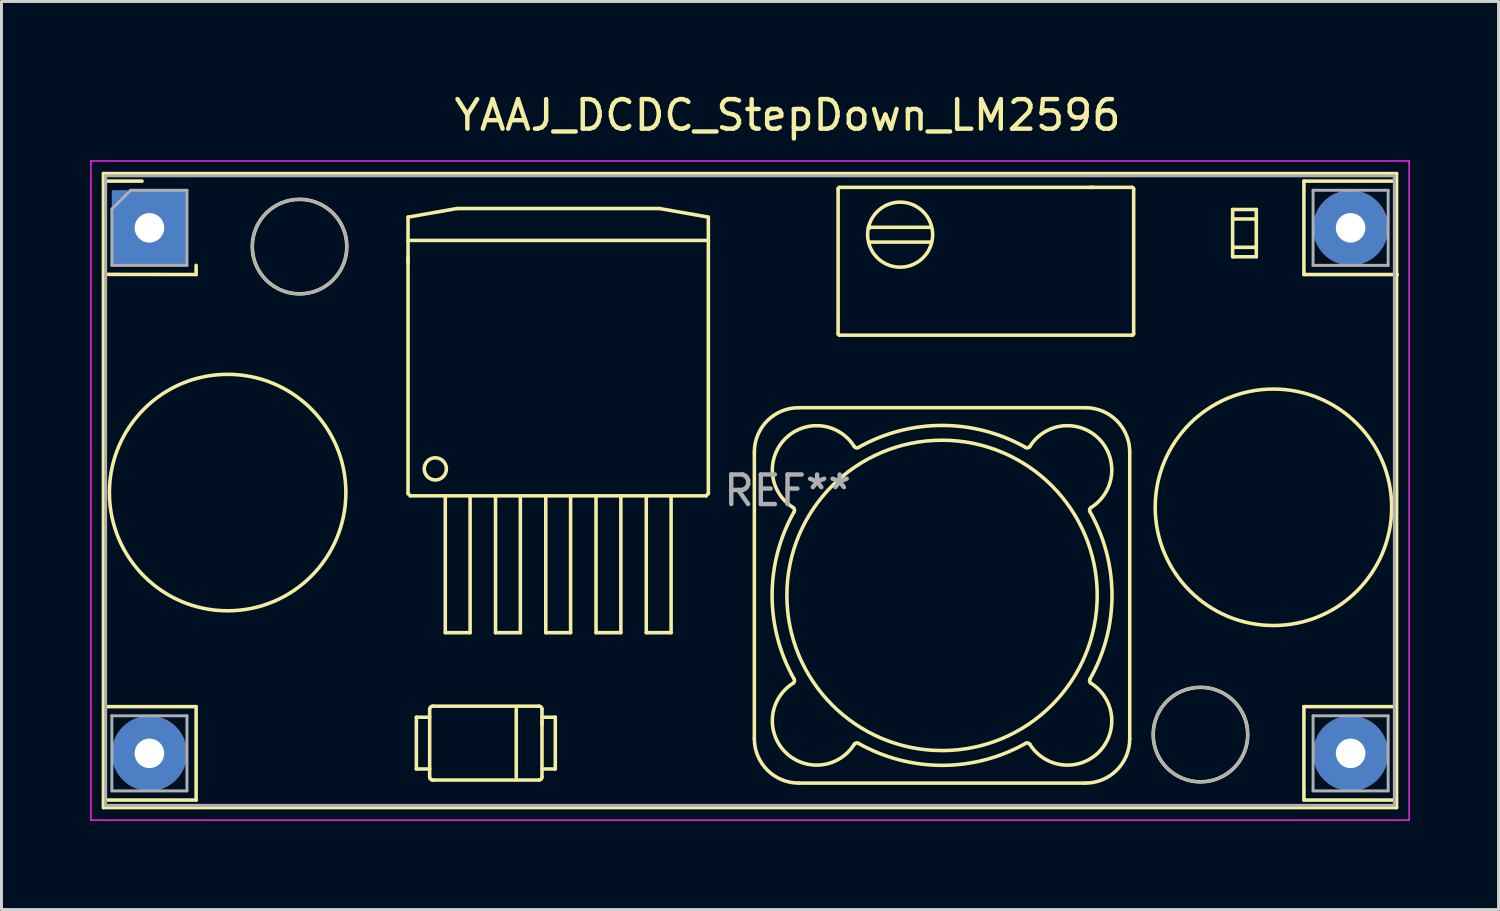
<source format=kicad_pcb>
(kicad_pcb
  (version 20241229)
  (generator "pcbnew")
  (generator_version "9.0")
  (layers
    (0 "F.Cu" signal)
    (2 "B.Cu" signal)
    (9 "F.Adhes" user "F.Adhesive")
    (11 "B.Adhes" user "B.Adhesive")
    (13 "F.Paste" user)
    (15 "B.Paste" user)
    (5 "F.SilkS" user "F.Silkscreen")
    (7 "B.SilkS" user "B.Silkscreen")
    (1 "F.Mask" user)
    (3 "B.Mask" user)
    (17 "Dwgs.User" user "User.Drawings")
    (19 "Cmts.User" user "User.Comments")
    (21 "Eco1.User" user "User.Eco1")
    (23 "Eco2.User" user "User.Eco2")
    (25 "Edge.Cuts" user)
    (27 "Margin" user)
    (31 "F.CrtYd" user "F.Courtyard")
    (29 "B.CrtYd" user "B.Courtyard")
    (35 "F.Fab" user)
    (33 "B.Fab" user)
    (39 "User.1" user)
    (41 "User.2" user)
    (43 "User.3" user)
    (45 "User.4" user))
  (footprint "YAAJ_DCDC_StepDown_LM2596"
    (layer "F.Cu")
    (at 2.005 4.658)
    (property "Reference" "YAAJ_DCDC_StepDown_LM2596" (at 21.59 -3.81 0) (layer "F.SilkS") (effects (font (size 1 1) (thickness 0.15))))
    (attr through_hole)
    (fp_line (start -1.555 -1.835) (end -1.555 19.615) (stroke (width 0.12) (type solid)) (layer "F.SilkS"))
    (fp_line (start -1.555 19.615) (end 42.195 19.615) (stroke (width 0.12) (type solid)) (layer "F.SilkS"))
    (fp_line (start -1.55 -1.58) (end -0.25 -1.58) (stroke (width 0.12) (type solid)) (layer "F.SilkS"))
    (fp_line (start -1.55 1.575) (end 1.58 1.58) (stroke (width 0.12) (type solid)) (layer "F.SilkS"))
    (fp_line (start -1.55 16.2) (end 1.58 16.2) (stroke (width 0.12) (type solid)) (layer "F.SilkS"))
    (fp_line (start -1.55 19.36) (end 1.58 19.36) (stroke (width 0.12) (type solid)) (layer "F.SilkS"))
    (fp_line (start 1.58 1.27) (end 1.58 1.58) (stroke (width 0.12) (type solid)) (layer "F.SilkS"))
    (fp_line (start 1.58 16.2) (end 1.58 19.36) (stroke (width 0.12) (type solid)) (layer "F.SilkS"))
    (fp_line (start 8.749 1.004) (end 8.749 1.166) (stroke (width 0.12) (type solid)) (layer "F.SilkS"))
    (fp_line (start 8.75 -0.362) (end 10.4 -0.653) (stroke (width 0.12) (type solid)) (layer "F.SilkS"))
    (fp_line (start 8.75 8.989) (end 8.75 -0.362) (stroke (width 0.12) (type solid)) (layer "F.SilkS"))
    (fp_line (start 8.75 8.989) (end 8.828 9.067) (stroke (width 0.12) (type solid)) (layer "F.SilkS"))
    (fp_line (start 8.828 9.067) (end 18.833 9.067) (stroke (width 0.12) (type solid)) (layer "F.SilkS"))
    (fp_line (start 9.032 16.558) (end 9.482 16.558) (stroke (width 0.12) (type solid)) (layer "F.SilkS"))
    (fp_line (start 9.032 18.308) (end 9.032 16.558) (stroke (width 0.12) (type solid)) (layer "F.SilkS"))
    (fp_line (start 9.482 18.308) (end 9.032 18.308) (stroke (width 0.12) (type solid)) (layer "F.SilkS"))
    (fp_line (start 9.482 18.583) (end 9.482 16.283) (stroke (width 0.12) (type solid)) (layer "F.SilkS"))
    (fp_line (start 9.582 16.183) (end 13.182 16.183) (stroke (width 0.12) (type solid)) (layer "F.SilkS"))
    (fp_line (start 10.01 13.697) (end 10.01 9.067) (stroke (width 0.12) (type solid)) (layer "F.SilkS"))
    (fp_line (start 10.01 13.697) (end 10.85 13.697) (stroke (width 0.12) (type solid)) (layer "F.SilkS"))
    (fp_line (start 10.4 -0.653) (end 17.26 -0.653) (stroke (width 0.12) (type solid)) (layer "F.SilkS"))
    (fp_line (start 10.85 13.697) (end 10.85 9.067) (stroke (width 0.12) (type solid)) (layer "F.SilkS"))
    (fp_line (start 11.71 13.697) (end 11.71 9.067) (stroke (width 0.12) (type solid)) (layer "F.SilkS"))
    (fp_line (start 11.71 13.697) (end 12.55 13.697) (stroke (width 0.12) (type solid)) (layer "F.SilkS"))
    (fp_line (start 12.411 16.283) (end 12.411 18.583) (stroke (width 0.12) (type solid)) (layer "F.SilkS"))
    (fp_line (start 12.55 13.697) (end 12.55 9.067) (stroke (width 0.12) (type solid)) (layer "F.SilkS"))
    (fp_line (start 13.182 18.683) (end 9.582 18.683) (stroke (width 0.12) (type solid)) (layer "F.SilkS"))
    (fp_line (start 13.282 16.283) (end 13.282 18.583) (stroke (width 0.12) (type solid)) (layer "F.SilkS"))
    (fp_line (start 13.282 16.558) (end 13.732 16.558) (stroke (width 0.12) (type solid)) (layer "F.SilkS"))
    (fp_line (start 13.283 16.795) (end 13.283 16.7) (stroke (width 0.12) (type solid)) (layer "F.SilkS"))
    (fp_line (start 13.41 13.697) (end 13.41 9.067) (stroke (width 0.12) (type solid)) (layer "F.SilkS"))
    (fp_line (start 13.41 13.697) (end 14.25 13.697) (stroke (width 0.12) (type solid)) (layer "F.SilkS"))
    (fp_line (start 13.732 16.558) (end 13.732 18.308) (stroke (width 0.12) (type solid)) (layer "F.SilkS"))
    (fp_line (start 13.732 18.308) (end 13.282 18.308) (stroke (width 0.12) (type solid)) (layer "F.SilkS"))
    (fp_line (start 14.25 13.697) (end 14.25 9.067) (stroke (width 0.12) (type solid)) (layer "F.SilkS"))
    (fp_line (start 15.11 13.697) (end 15.11 9.067) (stroke (width 0.12) (type solid)) (layer "F.SilkS"))
    (fp_line (start 15.11 13.697) (end 15.95 13.697) (stroke (width 0.12) (type solid)) (layer "F.SilkS"))
    (fp_line (start 15.95 13.697) (end 15.95 9.067) (stroke (width 0.12) (type solid)) (layer "F.SilkS"))
    (fp_line (start 16.81 13.697) (end 16.81 9.067) (stroke (width 0.12) (type solid)) (layer "F.SilkS"))
    (fp_line (start 16.81 13.697) (end 17.65 13.697) (stroke (width 0.12) (type solid)) (layer "F.SilkS"))
    (fp_line (start 17.26 -0.653) (end 18.91 -0.362) (stroke (width 0.12) (type solid)) (layer "F.SilkS"))
    (fp_line (start 17.65 13.697) (end 17.65 9.067) (stroke (width 0.12) (type solid)) (layer "F.SilkS"))
    (fp_line (start 18.833 9.067) (end 18.91 8.989) (stroke (width 0.12) (type solid)) (layer "F.SilkS"))
    (fp_line (start 18.91 0.427) (end 8.75 0.427) (stroke (width 0.12) (type solid)) (layer "F.SilkS"))
    (fp_line (start 18.91 8.989) (end 18.91 -0.362) (stroke (width 0.12) (type solid)) (layer "F.SilkS"))
    (fp_line (start 20.467 7.586) (end 20.467 17.286) (stroke (width 0.12) (type solid)) (layer "F.SilkS"))
    (fp_line (start 21.967 18.786) (end 31.667 18.786) (stroke (width 0.12) (type solid)) (layer "F.SilkS"))
    (fp_line (start 23.3 3.582) (end 23.3 -1.318) (stroke (width 0.12) (type solid)) (layer "F.SilkS"))
    (fp_line (start 23.35 -1.368) (end 33.25 -1.368) (stroke (width 0.12) (type solid)) (layer "F.SilkS"))
    (fp_line (start 24.336 -0.049) (end 24.361 -0.018) (stroke (width 0.12) (type solid)) (layer "F.SilkS"))
    (fp_line (start 24.349 0.007) (end 24.324 0.002) (stroke (width 0.12) (type solid)) (layer "F.SilkS"))
    (fp_line (start 24.349 0.007) (end 24.356 -0.024) (stroke (width 0.12) (type solid)) (layer "F.SilkS"))
    (fp_line (start 24.349 0.007) (end 24.361 -0.018) (stroke (width 0.12) (type solid)) (layer "F.SilkS"))
    (fp_line (start 24.361 0.482) (end 26.439 0.482) (stroke (width 0.12) (type solid)) (layer "F.SilkS"))
    (fp_line (start 26.439 -0.018) (end 24.361 -0.018) (stroke (width 0.12) (type solid)) (layer "F.SilkS"))
    (fp_line (start 31.667 6.086) (end 21.967 6.086) (stroke (width 0.12) (type solid)) (layer "F.SilkS"))
    (fp_line (start 31.859 -1.369) (end 31.814 -1.369) (stroke (width 0.12) (type solid)) (layer "F.SilkS"))
    (fp_line (start 31.942 -1.369) (end 31.908 -1.369) (stroke (width 0.12) (type solid)) (layer "F.SilkS"))
    (fp_line (start 33.167 17.286) (end 33.167 7.586) (stroke (width 0.12) (type solid)) (layer "F.SilkS"))
    (fp_line (start 33.25 3.632) (end 23.35 3.632) (stroke (width 0.12) (type solid)) (layer "F.SilkS"))
    (fp_line (start 33.3 -1.318) (end 33.3 3.582) (stroke (width 0.12) (type solid)) (layer "F.SilkS"))
    (fp_line (start 36.649 -0.3) (end 37.449 -0.3) (stroke (width 0.12) (type solid)) (layer "F.SilkS"))
    (fp_line (start 36.649 0.98) (end 36.649 -0.62) (stroke (width 0.12) (type solid)) (layer "F.SilkS"))
    (fp_line (start 37.449 -0.62) (end 36.649 -0.62) (stroke (width 0.12) (type solid)) (layer "F.SilkS"))
    (fp_line (start 37.449 -0.62) (end 37.449 0.98) (stroke (width 0.12) (type solid)) (layer "F.SilkS"))
    (fp_line (start 37.449 0.66) (end 36.649 0.66) (stroke (width 0.12) (type solid)) (layer "F.SilkS"))
    (fp_line (start 37.449 0.98) (end 36.649 0.98) (stroke (width 0.12) (type solid)) (layer "F.SilkS"))
    (fp_line (start 39.06 -1.58) (end 42.175 -1.58) (stroke (width 0.12) (type solid)) (layer "F.SilkS"))
    (fp_line (start 39.06 1.58) (end 39.06 -1.58) (stroke (width 0.12) (type solid)) (layer "F.SilkS"))
    (fp_line (start 39.06 1.58) (end 42.22 1.58) (stroke (width 0.12) (type solid)) (layer "F.SilkS"))
    (fp_line (start 39.06 16.2) (end 42.175 16.2) (stroke (width 0.12) (type solid)) (layer "F.SilkS"))
    (fp_line (start 39.06 19.36) (end 39.06 16.2) (stroke (width 0.12) (type solid)) (layer "F.SilkS"))
    (fp_line (start 39.06 19.36) (end 42.175 19.36) (stroke (width 0.12) (type solid)) (layer "F.SilkS"))
    (fp_line (start 42.195 -1.835) (end -1.555 -1.835) (stroke (width 0.12) (type solid)) (layer "F.SilkS"))
    (fp_line (start 42.195 19.615) (end 42.195 -1.835) (stroke (width 0.12) (type solid)) (layer "F.SilkS"))
    (fp_arc (start 9.481636 16.283217) (mid 9.510925 16.212506) (end 9.581636 16.183217) (stroke (width 0.12) (type solid)) (layer "F.SilkS"))
    (fp_arc (start 9.581636 18.683217) (mid 9.510925 18.653928) (end 9.481636 18.583217) (stroke (width 0.12) (type solid)) (layer "F.SilkS"))
    (fp_arc (start 13.181636 16.183217) (mid 13.252347 16.212506) (end 13.281636 16.283217) (stroke (width 0.12) (type solid)) (layer "F.SilkS"))
    (fp_arc (start 13.281636 18.583217) (mid 13.252347 18.653928) (end 13.181636 18.683217) (stroke (width 0.12) (type solid)) (layer "F.SilkS"))
    (fp_arc (start 20.467397 7.585796) (mid 20.906737 6.525136) (end 21.967397 6.085796) (stroke (width 0.12) (type solid)) (layer "F.SilkS"))
    (fp_arc (start 21.781131 9.46601) (mid 21.825145 9.526245) (end 21.815218 9.600183) (stroke (width 0.12) (type solid)) (layer "F.SilkS"))
    (fp_arc (start 21.781132 9.466011) (mid 21.514096 7.132496) (end 23.847611 7.399531) (stroke (width 0.12) (type solid)) (layer "F.SilkS"))
    (fp_arc (start 21.815217 15.271409) (mid 21.825145 15.345347) (end 21.781132 15.405582) (stroke (width 0.12) (type solid)) (layer "F.SilkS"))
    (fp_arc (start 21.815218 15.27141) (mid 21.067397 12.435796) (end 21.815218 9.600183) (stroke (width 0.12) (type solid)) (layer "F.SilkS"))
    (fp_arc (start 21.967397 18.785796) (mid 20.906737 18.346456) (end 20.467397 17.285796) (stroke (width 0.12) (type solid)) (layer "F.SilkS"))
    (fp_arc (start 23.299783 -1.317705) (mid 23.314428 -1.35306) (end 23.349783 -1.367705) (stroke (width 0.12) (type solid)) (layer "F.SilkS"))
    (fp_arc (start 23.349783 3.632294) (mid 23.314428 3.617649) (end 23.299783 3.582294) (stroke (width 0.12) (type solid)) (layer "F.SilkS"))
    (fp_arc (start 23.847611 17.472062) (mid 21.514095 17.739097) (end 21.781132 15.405582) (stroke (width 0.12) (type solid)) (layer "F.SilkS"))
    (fp_arc (start 23.847611 17.472062) (mid 23.907845 17.428049) (end 23.981783 17.437976) (stroke (width 0.12) (type solid)) (layer "F.SilkS"))
    (fp_arc (start 23.981783 7.433617) (mid 23.907845 7.443544) (end 23.847611 7.399531) (stroke (width 0.12) (type solid)) (layer "F.SilkS"))
    (fp_arc (start 23.981784 7.433617) (mid 26.817397 6.685796) (end 29.653011 7.433617) (stroke (width 0.12) (type solid)) (layer "F.SilkS"))
    (fp_arc (start 24.324148 0.462527) (mid 26.469605 -0.023594) (end 24.336385 0.51369) (stroke (width 0.12) (type solid)) (layer "F.SilkS"))
    (fp_arc (start 29.653011 17.437976) (mid 26.817397 18.185797) (end 23.981783 17.437976) (stroke (width 0.12) (type solid)) (layer "F.SilkS"))
    (fp_arc (start 29.653011 17.437976) (mid 29.726949 17.428049) (end 29.787183 17.472062) (stroke (width 0.12) (type solid)) (layer "F.SilkS"))
    (fp_arc (start 29.787183 7.399531) (mid 29.726949 7.443544) (end 29.653011 7.433617) (stroke (width 0.12) (type solid)) (layer "F.SilkS"))
    (fp_arc (start 29.787183 7.399531) (mid 32.120699 7.132496) (end 31.853662 9.466011) (stroke (width 0.12) (type solid)) (layer "F.SilkS"))
    (fp_arc (start 31.667397 6.085796) (mid 32.728057 6.525136) (end 33.167397 7.585796) (stroke (width 0.12) (type solid)) (layer "F.SilkS"))
    (fp_arc (start 31.819576 9.600183) (mid 32.567397 12.435796) (end 31.819576 15.27141) (stroke (width 0.12) (type solid)) (layer "F.SilkS"))
    (fp_arc (start 31.819577 9.600184) (mid 31.809649 9.526246) (end 31.853662 9.466011) (stroke (width 0.12) (type solid)) (layer "F.SilkS"))
    (fp_arc (start 31.853662 15.405582) (mid 32.120698 17.739097) (end 29.787183 17.472062) (stroke (width 0.12) (type solid)) (layer "F.SilkS"))
    (fp_arc (start 31.853663 15.405583) (mid 31.809649 15.345348) (end 31.819576 15.27141) (stroke (width 0.12) (type solid)) (layer "F.SilkS"))
    (fp_arc (start 33.167397 17.285796) (mid 32.728057 18.346456) (end 31.667397 18.785796) (stroke (width 0.12) (type solid)) (layer "F.SilkS"))
    (fp_arc (start 33.249783 -1.367705) (mid 33.285138 -1.35306) (end 33.299783 -1.317705) (stroke (width 0.12) (type solid)) (layer "F.SilkS"))
    (fp_arc (start 33.299783 3.582294) (mid 33.285138 3.617649) (end 33.249783 3.632294) (stroke (width 0.12) (type solid)) (layer "F.SilkS"))
    (fp_circle (center 2.647 8.957) (end 6.647 8.957) (stroke (width 0.12) (type solid)) (fill no) (layer "F.SilkS"))
    (fp_circle (center 5.08 0.635) (end 6.679 0.635) (stroke (width 0.12) (type solid)) (fill no) (layer "F.SilkS"))
    (fp_circle (center 9.673 8.155) (end 10.048 8.155) (stroke (width 0.12) (type solid)) (fill no) (layer "F.SilkS"))
    (fp_circle (center 26.817 12.436) (end 32.067 12.436) (stroke (width 0.12) (type solid)) (fill no) (layer "F.SilkS"))
    (fp_circle (center 35.56 17.145) (end 37.159 17.145) (stroke (width 0.12) (type solid)) (fill no) (layer "F.SilkS"))
    (fp_circle (center 38.029 9.455) (end 42.029 9.455) (stroke (width 0.12) (type solid)) (fill no) (layer "F.SilkS"))
    (fp_line (start -1.98 -2.26) (end 42.62 -2.26) (stroke (width 0.05) (type solid)) (layer "F.CrtYd"))
    (fp_line (start -1.98 20.04) (end -1.98 -2.26) (stroke (width 0.05) (type solid)) (layer "F.CrtYd"))
    (fp_line (start 42.62 -2.26) (end 42.62 20.04) (stroke (width 0.05) (type solid)) (layer "F.CrtYd"))
    (fp_line (start 42.62 20.04) (end -1.98 20.04) (stroke (width 0.05) (type solid)) (layer "F.CrtYd"))
    (fp_line (start -1.48 -1.76) (end -1.48 19.54) (stroke (width 0.1) (type solid)) (layer "F.Fab"))
    (fp_line (start -1.48 19.54) (end 42.12 19.54) (stroke (width 0.1) (type solid)) (layer "F.Fab"))
    (fp_line (start -1.27 -0.635) (end -0.635 -1.27) (stroke (width 0.1) (type solid)) (layer "F.Fab"))
    (fp_line (start -1.27 1.27) (end -1.27 -0.635) (stroke (width 0.1) (type solid)) (layer "F.Fab"))
    (fp_line (start -1.27 16.51) (end 1.27 16.51) (stroke (width 0.1) (type solid)) (layer "F.Fab"))
    (fp_line (start -1.27 19.05) (end -1.27 16.51) (stroke (width 0.1) (type solid)) (layer "F.Fab"))
    (fp_line (start -0.635 -1.27) (end 1.27 -1.27) (stroke (width 0.1) (type solid)) (layer "F.Fab"))
    (fp_line (start 1.27 -1.27) (end 1.27 1.27) (stroke (width 0.1) (type solid)) (layer "F.Fab"))
    (fp_line (start 1.27 1.27) (end -1.27 1.27) (stroke (width 0.1) (type solid)) (layer "F.Fab"))
    (fp_line (start 1.27 16.51) (end 1.27 19.05) (stroke (width 0.1) (type solid)) (layer "F.Fab"))
    (fp_line (start 1.27 19.05) (end -1.27 19.05) (stroke (width 0.1) (type solid)) (layer "F.Fab"))
    (fp_line (start 39.37 -1.27) (end 41.91 -1.27) (stroke (width 0.1) (type solid)) (layer "F.Fab"))
    (fp_line (start 39.37 1.27) (end 39.37 -1.27) (stroke (width 0.1) (type solid)) (layer "F.Fab"))
    (fp_line (start 39.37 16.51) (end 41.91 16.51) (stroke (width 0.1) (type solid)) (layer "F.Fab"))
    (fp_line (start 39.37 19.05) (end 39.37 16.51) (stroke (width 0.1) (type solid)) (layer "F.Fab"))
    (fp_line (start 41.91 -1.27) (end 41.91 1.27) (stroke (width 0.1) (type solid)) (layer "F.Fab"))
    (fp_line (start 41.91 1.27) (end 39.37 1.27) (stroke (width 0.1) (type solid)) (layer "F.Fab"))
    (fp_line (start 41.91 16.51) (end 41.91 19.05) (stroke (width 0.1) (type solid)) (layer "F.Fab"))
    (fp_line (start 41.91 19.05) (end 39.37 19.05) (stroke (width 0.1) (type solid)) (layer "F.Fab"))
    (fp_line (start 42.12 -1.76) (end -1.48 -1.76) (stroke (width 0.1) (type solid)) (layer "F.Fab"))
    (fp_line (start 42.12 19.54) (end 42.12 -1.76) (stroke (width 0.1) (type solid)) (layer "F.Fab"))
    (fp_circle (center 5.08 0.635) (end 6.679 0.635) (stroke (width 0.1) (type solid)) (fill no) (layer "F.Fab"))
    (fp_circle (center 35.56 17.145) (end 37.159 17.145) (stroke (width 0.1) (type solid)) (fill no) (layer "F.Fab"))
    (fp_text user "REF**" (at 21.59 8.89 0) (layer "F.Fab") (effects (font (size 1 1) (thickness 0.15))))
    (pad "1" thru_hole rect (at 0 0) (size 2.54 2.54) (drill 1) (layers "*.Cu" "*.Mask"))
    (pad "2" thru_hole circle (at 0 17.78) (size 2.54 2.54) (drill 1) (layers "*.Cu" "*.Mask"))
    (pad "3" thru_hole circle (at 40.64 0) (size 2.54 2.54) (drill 1) (layers "*.Cu" "*.Mask"))
    (pad "3" thru_hole circle (at 40.64 17.78) (size 2.54 2.54) (drill 1) (layers "*.Cu" "*.Mask")))
  (gr_rect
    (start -3 -3)
    (end 47.65 27.723)
    (stroke (width 0.1) (type default))
    (fill no)
    (layer "Edge.Cuts")))
</source>
